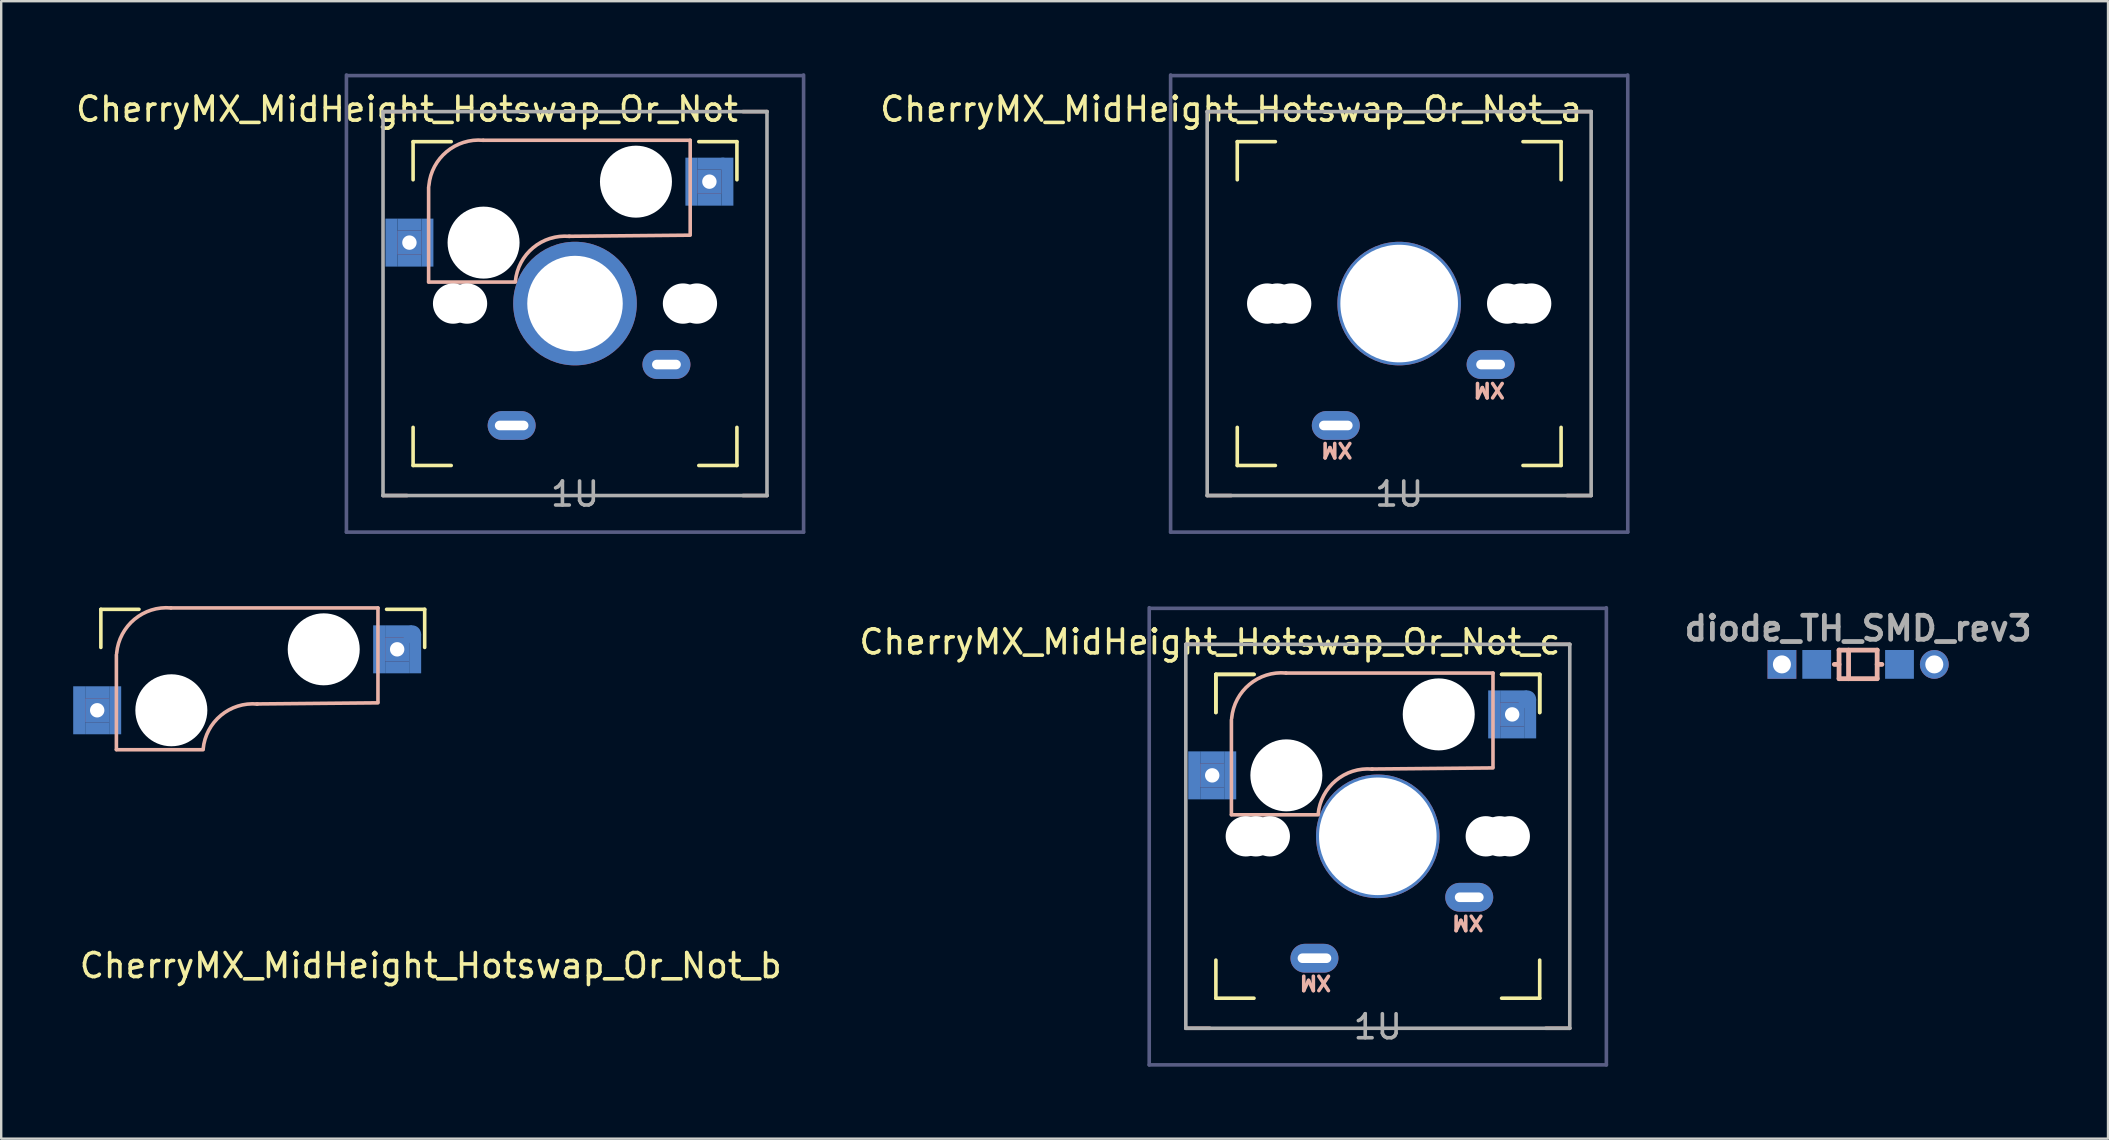
<source format=kicad_pcb>
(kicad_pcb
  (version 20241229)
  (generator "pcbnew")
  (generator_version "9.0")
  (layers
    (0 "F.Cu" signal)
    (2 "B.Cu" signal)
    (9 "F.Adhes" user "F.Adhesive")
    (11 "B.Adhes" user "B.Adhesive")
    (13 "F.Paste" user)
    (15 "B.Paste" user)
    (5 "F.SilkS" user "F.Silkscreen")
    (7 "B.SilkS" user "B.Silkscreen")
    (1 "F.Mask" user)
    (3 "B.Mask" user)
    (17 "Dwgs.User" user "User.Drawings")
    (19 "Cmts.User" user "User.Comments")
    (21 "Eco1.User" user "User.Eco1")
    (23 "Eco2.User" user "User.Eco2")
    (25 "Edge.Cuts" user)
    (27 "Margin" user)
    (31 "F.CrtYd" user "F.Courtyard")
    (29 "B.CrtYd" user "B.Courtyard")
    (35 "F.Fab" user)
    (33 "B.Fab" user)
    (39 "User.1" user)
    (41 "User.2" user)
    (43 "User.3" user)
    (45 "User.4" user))
  (footprint "CherryMX_MidHeight_Hotswap_Or_Not_a"
    (layer "F.Cu")
    (at 55.255 9.6)
    (property "Reference" "CherryMX_MidHeight_Hotswap_Or_Not_a" (at -7 -8.1 180) (layer "F.SilkS") (effects (font (size 1 1) (thickness 0.15))))
    (attr through_hole)
    (fp_line (start -6.747 -6.747) (end -5.159 -6.747) (stroke (width 0.15) (type solid)) (layer "F.SilkS"))
    (fp_line (start -6.747 -5.159) (end -6.747 -6.747) (stroke (width 0.15) (type solid)) (layer "F.SilkS"))
    (fp_line (start -6.747 6.747) (end -6.747 5.159) (stroke (width 0.15) (type solid)) (layer "F.SilkS"))
    (fp_line (start -5.159 6.747) (end -6.747 6.747) (stroke (width 0.15) (type solid)) (layer "F.SilkS"))
    (fp_line (start 5.159 -6.747) (end 6.747 -6.747) (stroke (width 0.15) (type solid)) (layer "F.SilkS"))
    (fp_line (start 6.747 -6.747) (end 6.747 -5.159) (stroke (width 0.15) (type solid)) (layer "F.SilkS"))
    (fp_line (start 6.747 5.159) (end 6.747 6.747) (stroke (width 0.15) (type solid)) (layer "F.SilkS"))
    (fp_line (start 6.747 6.747) (end 5.159 6.747) (stroke (width 0.15) (type solid)) (layer "F.SilkS"))
    (fp_line (start -7 -8) (end -8 -8) (stroke (width 0.15) (type solid)) (layer "B.SilkS"))
    (fp_line (start -7 8) (end -8 8) (stroke (width 0.15) (type solid)) (layer "B.SilkS"))
    (fp_line (start 8 -8) (end 7 -8) (stroke (width 0.15) (type solid)) (layer "B.SilkS"))
    (fp_line (start 8 8) (end 7 8) (stroke (width 0.15) (type solid)) (layer "B.SilkS"))
    (fp_line (start -9.525 9.525) (end -9.525 -9.525) (stroke (width 0.15) (type solid)) (layer "B.Fab"))
    (fp_line (start -9.5 -9.5) (end 9.5 -9.5) (stroke (width 0.15) (type solid)) (layer "B.Fab"))
    (fp_line (start 9.525 -9.525) (end 9.525 9.525) (stroke (width 0.15) (type solid)) (layer "B.Fab"))
    (fp_line (start 9.525 9.525) (end -9.525 9.525) (stroke (width 0.15) (type solid)) (layer "B.Fab"))
    (fp_line (start -8 -8) (end 8 -8) (stroke (width 0.15) (type solid)) (layer "F.Fab"))
    (fp_line (start -8 8) (end -8 -8) (stroke (width 0.15) (type solid)) (layer "F.Fab"))
    (fp_line (start 8 -8) (end 8 8) (stroke (width 0.15) (type solid)) (layer "F.Fab"))
    (fp_line (start 8 8) (end -8 8) (stroke (width 0.15) (type solid)) (layer "F.Fab"))
    (fp_text user "MX" (at -2.6 6.1 180) (unlocked yes) (layer "B.SilkS") (effects (font (size 0.6 0.6) (thickness 0.15)) (justify mirror)))
    (fp_text user "MX" (at 3.75 3.6 180) (unlocked yes) (layer "B.SilkS") (effects (font (size 0.6 0.6) (thickness 0.15)) (justify mirror)))
    (fp_text user "1U" (at 0 7.938 180) (layer "F.Fab") (effects (font (size 1 1) (thickness 0.15))))
    (pad "" np_thru_hole circle (at -5.5 0 180) (size 1.68 1.68) (drill 1.68) (layers "*.Cu" "*.Mask"))
    (pad "" np_thru_hole circle (at -5.08 0 180) (size 1.68 1.68) (drill 1.68) (layers "*.Cu" "*.Mask"))
    (pad "" np_thru_hole circle (at -4.5 0 180) (size 1.68 1.68) (drill 1.68) (layers "*.Cu" "*.Mask"))
    (pad "" np_thru_hole circle (at 0 0 270) (size 5.15 5.15) (drill 4.9) (layers "*.Cu" "*.Mask"))
    (pad "" np_thru_hole circle (at 4.5 0 180) (size 1.68 1.68) (drill 1.68) (layers "*.Cu" "*.Mask"))
    (pad "" np_thru_hole circle (at 5.08 0 180) (size 1.68 1.68) (drill 1.68) (layers "*.Cu" "*.Mask"))
    (pad "" np_thru_hole circle (at 5.5 0 180) (size 1.68 1.68) (drill 1.68) (layers "*.Cu" "*.Mask"))
    (pad "0" thru_hole oval (at -2.64 5.08 180) (size 2 1.2) (drill oval 1.4 0.4) (layers "*.Cu" "B.Mask"))
    (pad "1" thru_hole oval (at 3.81 2.54 180) (size 2 1.2) (drill oval 1.2 0.4) (layers "*.Cu" "B.Mask")))
  (footprint "CherryMX_MidHeight_Hotswap_Or_Not"
    (layer "F.Cu")
    (at 20.911 9.6)
    (property "Reference" "CherryMX_MidHeight_Hotswap_Or_Not" (at -7 -8.1 180) (layer "F.SilkS") (effects (font (size 1 1) (thickness 0.15))))
    (attr through_hole)
    (fp_line (start -6.747 -6.747) (end -5.159 -6.747) (stroke (width 0.15) (type solid)) (layer "F.SilkS"))
    (fp_line (start -6.747 -5.159) (end -6.747 -6.747) (stroke (width 0.15) (type solid)) (layer "F.SilkS"))
    (fp_line (start -6.747 6.747) (end -6.747 5.159) (stroke (width 0.15) (type solid)) (layer "F.SilkS"))
    (fp_line (start -5.159 6.747) (end -6.747 6.747) (stroke (width 0.15) (type solid)) (layer "F.SilkS"))
    (fp_line (start 5.159 -6.747) (end 6.747 -6.747) (stroke (width 0.15) (type solid)) (layer "F.SilkS"))
    (fp_line (start 6.747 -6.747) (end 6.747 -5.159) (stroke (width 0.15) (type solid)) (layer "F.SilkS"))
    (fp_line (start 6.747 5.159) (end 6.747 6.747) (stroke (width 0.15) (type solid)) (layer "F.SilkS"))
    (fp_line (start 6.747 6.747) (end 5.159 6.747) (stroke (width 0.15) (type solid)) (layer "F.SilkS"))
    (fp_line (start -7 -8) (end -8 -8) (stroke (width 0.15) (type solid)) (layer "B.SilkS"))
    (fp_line (start -7 8) (end -8 8) (stroke (width 0.15) (type solid)) (layer "B.SilkS"))
    (fp_line (start -6.1 -4.85) (end -6.1 -0.905) (stroke (width 0.15) (type solid)) (layer "B.SilkS"))
    (fp_line (start -6.1 -0.896) (end -2.49 -0.896) (stroke (width 0.15) (type solid)) (layer "B.SilkS"))
    (fp_line (start 4.8 -6.804) (end -3.825 -6.804) (stroke (width 0.15) (type solid)) (layer "B.SilkS"))
    (fp_line (start 4.8 -2.896) (end 4.8 -6.804) (stroke (width 0.15) (type solid)) (layer "B.SilkS"))
    (fp_line (start 4.8 -2.85) (end -0.25 -2.804) (stroke (width 0.15) (type solid)) (layer "B.SilkS"))
    (fp_line (start 8 -8) (end 7 -8) (stroke (width 0.15) (type solid)) (layer "B.SilkS"))
    (fp_line (start 8 8) (end 7 8) (stroke (width 0.15) (type solid)) (layer "B.SilkS"))
    (fp_arc (start -6.089 -4.92) (mid -5.347189 -6.33089) (end -3.825 -6.804) (stroke (width 0.15) (type solid)) (layer "B.SilkS"))
    (fp_arc (start -2.485 -0.92) (mid -1.744361 -2.328061) (end -0.225 -2.8) (stroke (width 0.15) (type solid)) (layer "B.SilkS"))
    (fp_line (start -9.525 9.525) (end -9.525 -9.525) (stroke (width 0.15) (type solid)) (layer "B.Fab"))
    (fp_line (start -9.5 -9.5) (end 9.5 -9.5) (stroke (width 0.15) (type solid)) (layer "B.Fab"))
    (fp_line (start 9.525 -9.525) (end 9.525 9.525) (stroke (width 0.15) (type solid)) (layer "B.Fab"))
    (fp_line (start 9.525 9.525) (end -9.525 9.525) (stroke (width 0.15) (type solid)) (layer "B.Fab"))
    (fp_line (start -8 -8) (end 8 -8) (stroke (width 0.15) (type solid)) (layer "F.Fab"))
    (fp_line (start -8 8) (end -8 -8) (stroke (width 0.15) (type solid)) (layer "F.Fab"))
    (fp_line (start 8 -8) (end 8 8) (stroke (width 0.15) (type solid)) (layer "F.Fab"))
    (fp_line (start 8 8) (end -8 8) (stroke (width 0.15) (type solid)) (layer "F.Fab"))
    (fp_text user "1U" (at 0 7.938 180) (layer "F.Fab") (effects (font (size 1 1) (thickness 0.15))))
    (pad "" np_thru_hole circle (at -5.08 0 180) (size 1.68 1.68) (drill 1.68) (layers "*.Cu" "*.Mask"))
    (pad "" np_thru_hole circle (at -4.5 0 180) (size 1.68 1.68) (drill 1.68) (layers "*.Cu" "*.Mask"))
    (pad "" np_thru_hole circle (at -3.81 -2.54 180) (size 3 3) (drill 3) (layers "*.Cu" "*.Mask"))
    (pad "" np_thru_hole circle (at 0 0 270) (size 5.15 5.15) (drill 3.98) (layers "*.Cu" "*.Mask"))
    (pad "" np_thru_hole circle (at 2.54 -5.08 180) (size 3 3) (drill 3) (layers "*.Cu" "*.Mask"))
    (pad "" np_thru_hole circle (at 4.5 0 180) (size 1.68 1.68) (drill 1.68) (layers "*.Cu" "*.Mask"))
    (pad "" np_thru_hole circle (at 5.08 0 180) (size 1.68 1.68) (drill 1.68) (layers "*.Cu" "*.Mask"))
    (pad "1" smd rect (at -7.65 -2.54 180) (size 0.5 2) (layers "B.Cu" "B.Mask" "B.Paste"))
    (pad "1" smd rect (at -6.9 -3.29 180) (size 1 0.5) (layers "B.Cu" "B.Mask" "B.Paste"))
    (pad "1" thru_hole rect (at -6.9 -2.54) (size 1 1) (drill 0.6) (layers "*.Cu" "B.Mask"))
    (pad "1" smd rect (at -6.9 -1.79 180) (size 1 0.5) (layers "B.Cu" "B.Mask" "B.Paste"))
    (pad "1" smd rect (at -6.15 -2.54 180) (size 0.5 2) (layers "B.Cu" "B.Mask" "B.Paste"))
    (pad "1" thru_hole oval (at 3.81 2.54 180) (size 2 1.2) (drill oval 1.2 0.4) (layers "*.Cu" "B.Mask"))
    (pad "2" thru_hole oval (at -2.64 5.08 180) (size 2 1.2) (drill oval 1.4 0.4) (layers "*.Cu" "B.Mask"))
    (pad "2" smd rect (at 4.85 -5.08 180) (size 0.5 2) (layers "B.Cu" "B.Mask" "B.Paste"))
    (pad "2" thru_hole rect (at 5.6 -5.08) (size 1 1) (drill 0.6) (layers "*.Cu" "B.Mask"))
    (pad "2" smd rect (at 5.6 -4.33 180) (size 1 0.5) (layers "B.Cu" "B.Mask" "B.Paste"))
    (pad "2" smd rect (at 5.661 -5.83 180) (size 1.125 0.5) (layers "B.Cu" "B.Mask" "B.Paste"))
    (pad "2" smd rect (at 6.35 -5.08 180) (size 0.5 2) (layers "B.Cu" "B.Mask" "B.Paste")))
  (footprint "CherryMX_MidHeight_Hotswap_Or_Not_c"
    (layer "F.Cu")
    (at 54.364 31.8)
    (property "Reference" "CherryMX_MidHeight_Hotswap_Or_Not_c" (at -7 -8.1 180) (layer "F.SilkS") (effects (font (size 1 1) (thickness 0.15))))
    (attr through_hole)
    (fp_line (start -6.747 -6.747) (end -5.159 -6.747) (stroke (width 0.15) (type solid)) (layer "F.SilkS"))
    (fp_line (start -6.747 -6.747) (end -5.159 -6.747) (stroke (width 0.15) (type solid)) (layer "F.SilkS"))
    (fp_line (start -6.747 -5.159) (end -6.747 -6.747) (stroke (width 0.15) (type solid)) (layer "F.SilkS"))
    (fp_line (start -6.747 -5.159) (end -6.747 -6.747) (stroke (width 0.15) (type solid)) (layer "F.SilkS"))
    (fp_line (start -6.747 6.747) (end -6.747 5.159) (stroke (width 0.15) (type solid)) (layer "F.SilkS"))
    (fp_line (start -5.159 6.747) (end -6.747 6.747) (stroke (width 0.15) (type solid)) (layer "F.SilkS"))
    (fp_line (start 5.159 -6.747) (end 6.747 -6.747) (stroke (width 0.15) (type solid)) (layer "F.SilkS"))
    (fp_line (start 5.159 -6.747) (end 6.747 -6.747) (stroke (width 0.15) (type solid)) (layer "F.SilkS"))
    (fp_line (start 6.747 -6.747) (end 6.747 -5.159) (stroke (width 0.15) (type solid)) (layer "F.SilkS"))
    (fp_line (start 6.747 -6.747) (end 6.747 -5.159) (stroke (width 0.15) (type solid)) (layer "F.SilkS"))
    (fp_line (start 6.747 5.159) (end 6.747 6.747) (stroke (width 0.15) (type solid)) (layer "F.SilkS"))
    (fp_line (start 6.747 6.747) (end 5.159 6.747) (stroke (width 0.15) (type solid)) (layer "F.SilkS"))
    (fp_line (start -7 -8) (end -8 -8) (stroke (width 0.15) (type solid)) (layer "B.SilkS"))
    (fp_line (start -7 8) (end -8 8) (stroke (width 0.15) (type solid)) (layer "B.SilkS"))
    (fp_line (start -6.1 -4.85) (end -6.1 -0.905) (stroke (width 0.15) (type solid)) (layer "B.SilkS"))
    (fp_line (start -6.1 -0.896) (end -2.49 -0.896) (stroke (width 0.15) (type solid)) (layer "B.SilkS"))
    (fp_line (start 4.8 -6.804) (end -3.825 -6.804) (stroke (width 0.15) (type solid)) (layer "B.SilkS"))
    (fp_line (start 4.8 -2.896) (end 4.8 -6.804) (stroke (width 0.15) (type solid)) (layer "B.SilkS"))
    (fp_line (start 4.8 -2.85) (end -0.25 -2.804) (stroke (width 0.15) (type solid)) (layer "B.SilkS"))
    (fp_line (start 8 -8) (end 7 -8) (stroke (width 0.15) (type solid)) (layer "B.SilkS"))
    (fp_line (start 8 8) (end 7 8) (stroke (width 0.15) (type solid)) (layer "B.SilkS"))
    (fp_arc (start -6.089 -4.92) (mid -5.347189 -6.33089) (end -3.825 -6.804) (stroke (width 0.15) (type solid)) (layer "B.SilkS"))
    (fp_arc (start -2.485 -0.92) (mid -1.744361 -2.328061) (end -0.225 -2.8) (stroke (width 0.15) (type solid)) (layer "B.SilkS"))
    (fp_line (start -9.525 9.525) (end -9.525 -9.525) (stroke (width 0.15) (type solid)) (layer "B.Fab"))
    (fp_line (start -9.5 -9.5) (end 9.5 -9.5) (stroke (width 0.15) (type solid)) (layer "B.Fab"))
    (fp_line (start 9.525 -9.525) (end 9.525 9.525) (stroke (width 0.15) (type solid)) (layer "B.Fab"))
    (fp_line (start 9.525 9.525) (end -9.525 9.525) (stroke (width 0.15) (type solid)) (layer "B.Fab"))
    (fp_line (start -8 -8) (end 8 -8) (stroke (width 0.15) (type solid)) (layer "F.Fab"))
    (fp_line (start -8 8) (end -8 -8) (stroke (width 0.15) (type solid)) (layer "F.Fab"))
    (fp_line (start 8 -8) (end 8 8) (stroke (width 0.15) (type solid)) (layer "F.Fab"))
    (fp_line (start 8 8) (end -8 8) (stroke (width 0.15) (type solid)) (layer "F.Fab"))
    (fp_text user "MX" (at -2.6 6.1 180) (unlocked yes) (layer "B.SilkS") (effects (font (size 0.6 0.6) (thickness 0.15)) (justify mirror)))
    (fp_text user "MX" (at 3.75 3.6 180) (unlocked yes) (layer "B.SilkS") (effects (font (size 0.6 0.6) (thickness 0.15)) (justify mirror)))
    (fp_text user "1U" (at 0 7.938 180) (layer "F.Fab") (effects (font (size 1 1) (thickness 0.15))))
    (pad "" np_thru_hole circle (at -5.5 0 180) (size 1.68 1.68) (drill 1.68) (layers "*.Cu" "*.Mask"))
    (pad "" np_thru_hole circle (at -5.08 0 180) (size 1.68 1.68) (drill 1.68) (layers "*.Cu" "*.Mask"))
    (pad "" np_thru_hole circle (at -4.5 0 180) (size 1.68 1.68) (drill 1.68) (layers "*.Cu" "*.Mask"))
    (pad "" np_thru_hole circle (at -3.81 -2.54 180) (size 3 3) (drill 3) (layers "*.Cu" "*.Mask"))
    (pad "" np_thru_hole circle (at 0 0 270) (size 5.15 5.15) (drill 4.9) (layers "*.Cu" "*.Mask"))
    (pad "" np_thru_hole circle (at 2.54 -5.08 180) (size 3 3) (drill 3) (layers "*.Cu" "*.Mask"))
    (pad "" np_thru_hole circle (at 4.5 0 180) (size 1.68 1.68) (drill 1.68) (layers "*.Cu" "*.Mask"))
    (pad "" np_thru_hole circle (at 5.08 0 180) (size 1.68 1.68) (drill 1.68) (layers "*.Cu" "*.Mask"))
    (pad "" np_thru_hole circle (at 5.5 0 180) (size 1.68 1.68) (drill 1.68) (layers "*.Cu" "*.Mask"))
    (pad "0" thru_hole oval (at -2.64 5.08 180) (size 2 1.2) (drill oval 1.4 0.4) (layers "*.Cu" "B.Mask"))
    (pad "1" smd rect (at -7.65 -2.54 180) (size 0.5 2) (layers "B.Cu" "B.Mask" "B.Paste"))
    (pad "1" smd rect (at -6.9 -3.29 180) (size 1 0.5) (layers "B.Cu" "B.Mask" "B.Paste"))
    (pad "1" thru_hole rect (at -6.9 -2.54) (size 1 1) (drill 0.6) (layers "*.Cu" "B.Mask"))
    (pad "1" smd rect (at -6.9 -1.79 180) (size 1 0.5) (layers "B.Cu" "B.Mask" "B.Paste"))
    (pad "1" smd rect (at -6.15 -2.54 180) (size 0.5 2) (layers "B.Cu" "B.Mask" "B.Paste"))
    (pad "1" thru_hole oval (at 3.81 2.54 180) (size 2 1.2) (drill oval 1.2 0.4) (layers "*.Cu" "B.Mask"))
    (pad "2" smd rect (at 4.85 -5.08 180) (size 0.5 2) (layers "B.Cu" "B.Mask" "B.Paste"))
    (pad "2" thru_hole rect (at 5.6 -5.08) (size 1 1) (drill 0.6) (layers "*.Cu" "B.Mask"))
    (pad "2" smd rect (at 5.6 -4.33 180) (size 1 0.5) (layers "B.Cu" "B.Mask" "B.Paste"))
    (pad "2" smd rect (at 5.661 -5.83 180) (size 1.125 0.5) (layers "B.Cu" "B.Mask" "B.Paste"))
    (pad "2" smd circle (at 6.225 -5.705 180) (size 0.75 0.75) (layers "B.Cu" "B.Mask" "B.Paste"))
    (pad "2" smd rect (at 6.35 -4.893 180) (size 0.5 1.625) (layers "B.Cu" "B.Mask" "B.Paste")))
  (footprint "CherryMX_MidHeight_Hotswap_Or_Not_b"
    (layer "F.Cu")
    (at 7.9 29.088)
    (property "Reference" "CherryMX_MidHeight_Hotswap_Or_Not_b" (at 7 8.1 0) (layer "F.SilkS") (effects (font (size 1 1) (thickness 0.15))))
    (attr through_hole)
    (fp_line (start -6.747 -6.747) (end -5.159 -6.747) (stroke (width 0.15) (type solid)) (layer "F.SilkS"))
    (fp_line (start -6.747 -5.159) (end -6.747 -6.747) (stroke (width 0.15) (type solid)) (layer "F.SilkS"))
    (fp_line (start 5.159 -6.747) (end 6.747 -6.747) (stroke (width 0.15) (type solid)) (layer "F.SilkS"))
    (fp_line (start 6.747 -6.747) (end 6.747 -5.159) (stroke (width 0.15) (type solid)) (layer "F.SilkS"))
    (fp_line (start -6.1 -4.85) (end -6.1 -0.905) (stroke (width 0.15) (type solid)) (layer "B.SilkS"))
    (fp_line (start -6.1 -0.896) (end -2.49 -0.896) (stroke (width 0.15) (type solid)) (layer "B.SilkS"))
    (fp_line (start 4.8 -6.804) (end -3.825 -6.804) (stroke (width 0.15) (type solid)) (layer "B.SilkS"))
    (fp_line (start 4.8 -2.896) (end 4.8 -6.804) (stroke (width 0.15) (type solid)) (layer "B.SilkS"))
    (fp_line (start 4.8 -2.85) (end -0.25 -2.804) (stroke (width 0.15) (type solid)) (layer "B.SilkS"))
    (fp_arc (start -6.089 -4.92) (mid -5.347189 -6.33089) (end -3.825 -6.804) (stroke (width 0.15) (type solid)) (layer "B.SilkS"))
    (fp_arc (start -2.485 -0.92) (mid -1.744361 -2.328061) (end -0.225 -2.8) (stroke (width 0.15) (type solid)) (layer "B.SilkS"))
    (pad "" np_thru_hole circle (at -3.81 -2.54 180) (size 3 3) (drill 3) (layers "*.Cu" "*.Mask"))
    (pad "" np_thru_hole circle (at 2.54 -5.08 180) (size 3 3) (drill 3) (layers "*.Cu" "*.Mask"))
    (pad "1" smd rect (at -7.65 -2.54 180) (size 0.5 2) (layers "B.Cu" "B.Mask" "B.Paste"))
    (pad "1" smd rect (at -6.9 -3.29 180) (size 1 0.5) (layers "B.Cu" "B.Mask" "B.Paste"))
    (pad "1" thru_hole rect (at -6.9 -2.54) (size 1 1) (drill 0.6) (layers "*.Cu" "B.Mask"))
    (pad "1" smd rect (at -6.9 -1.79 180) (size 1 0.5) (layers "B.Cu" "B.Mask" "B.Paste"))
    (pad "1" smd rect (at -6.15 -2.54 180) (size 0.5 2) (layers "B.Cu" "B.Mask" "B.Paste"))
    (pad "2" smd rect (at 4.85 -5.08 180) (size 0.5 2) (layers "B.Cu" "B.Mask" "B.Paste"))
    (pad "2" thru_hole rect (at 5.6 -5.08) (size 1 1) (drill 0.6) (layers "*.Cu" "B.Mask"))
    (pad "2" smd rect (at 5.6 -4.33 180) (size 1 0.5) (layers "B.Cu" "B.Mask" "B.Paste"))
    (pad "2" smd rect (at 5.661 -5.83 180) (size 1.125 0.5) (layers "B.Cu" "B.Mask" "B.Paste"))
    (pad "2" smd circle (at 6.225 -5.705 180) (size 0.75 0.75) (layers "B.Cu" "B.Mask" "B.Paste"))
    (pad "2" smd rect (at 6.35 -4.893 180) (size 0.5 1.625) (layers "B.Cu" "B.Mask" "B.Paste")))
  (footprint "diode_TH_SMD_rev3"
    (layer "F.Cu")
    (at 74.379 24.636)
    (property "Reference" "diode_TH_SMD_rev3" (at 0 -1.5 0) (layer "F.Fab") (effects (font (size 1 1) (thickness 0.2))))
    (fp_line (start -0.992 0) (end -0.794 0) (stroke (width 0.2) (type solid)) (layer "B.SilkS"))
    (fp_line (start -0.794 -0.595) (end -0.794 0.595) (stroke (width 0.2) (type solid)) (layer "B.SilkS"))
    (fp_line (start -0.794 0.595) (end 0.794 0.595) (stroke (width 0.2) (type solid)) (layer "B.SilkS"))
    (fp_line (start -0.397 0.595) (end -0.397 -0.595) (stroke (width 0.2) (type solid)) (layer "B.SilkS"))
    (fp_line (start 0.794 -0.595) (end -0.794 -0.595) (stroke (width 0.2) (type solid)) (layer "B.SilkS"))
    (fp_line (start 0.794 0) (end 0.992 0) (stroke (width 0.2) (type solid)) (layer "B.SilkS"))
    (fp_line (start 0.794 0.595) (end 0.794 -0.595) (stroke (width 0.2) (type solid)) (layer "B.SilkS"))
    (pad "1" thru_hole rect (at -3.175 0) (size 1.2 1.2) (drill 0.75) (layers "*.Cu" "B.Mask"))
    (pad "1" smd rect (at -1.725 0) (size 1.2 1.2) (layers "B.Cu" "B.Mask" "B.Paste"))
    (pad "2" smd rect (at 1.725 0) (size 1.2 1.2) (layers "B.Cu" "B.Mask" "B.Paste"))
    (pad "2" thru_hole circle (at 3.175 0) (size 1.2 1.2) (drill 0.75) (layers "*.Cu" "B.Mask")))
  (gr_rect
    (start -3 -3)
    (end 84.793 44.4)
    (stroke (width 0.1) (type default))
    (fill no)
    (layer "Edge.Cuts")))
</source>
